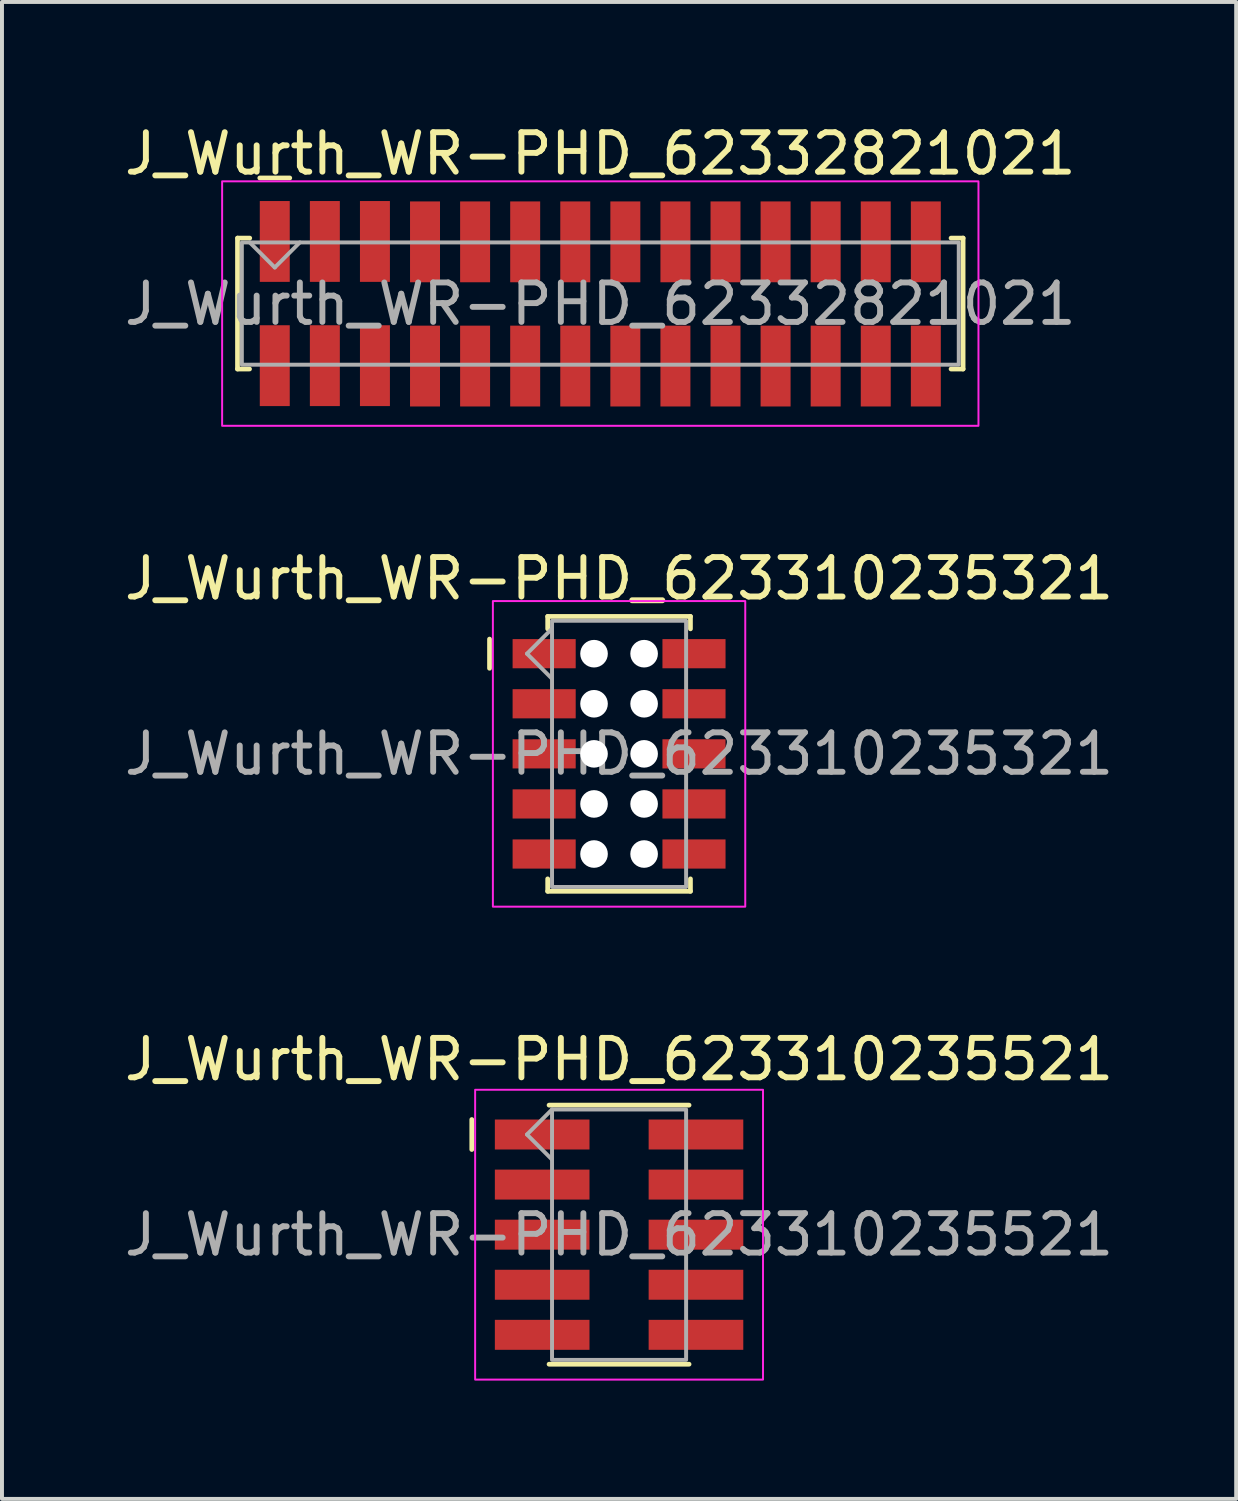
<source format=kicad_pcb>
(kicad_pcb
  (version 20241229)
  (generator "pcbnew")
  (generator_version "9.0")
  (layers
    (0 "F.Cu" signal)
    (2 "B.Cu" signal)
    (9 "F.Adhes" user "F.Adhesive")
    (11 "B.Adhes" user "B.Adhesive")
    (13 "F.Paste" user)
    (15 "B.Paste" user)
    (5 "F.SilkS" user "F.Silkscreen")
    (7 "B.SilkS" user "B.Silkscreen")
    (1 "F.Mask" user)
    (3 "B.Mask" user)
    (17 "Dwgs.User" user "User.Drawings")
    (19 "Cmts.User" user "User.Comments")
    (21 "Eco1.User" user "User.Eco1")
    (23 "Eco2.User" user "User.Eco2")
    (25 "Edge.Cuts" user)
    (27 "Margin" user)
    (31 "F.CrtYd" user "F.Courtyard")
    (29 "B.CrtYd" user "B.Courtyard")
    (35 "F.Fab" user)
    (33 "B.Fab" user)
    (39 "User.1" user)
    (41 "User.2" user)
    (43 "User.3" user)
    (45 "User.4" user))
  (footprint "J_Wurth_WR-PHD_623310235521"
    (layer "F.Cu")
    (at 12.649 28.26)
    (property "Reference" "J_Wurth_WR-PHD_623310235521" (at 0 -4.445 0) (unlocked yes) (layer "F.SilkS") (effects (font (size 1 1) (thickness 0.15))))
    (attr smd)
    (fp_line (start -3.735 -2.92) (end -3.735 -2.16) (stroke (width 0.12) (type solid)) (layer "F.SilkS"))
    (fp_line (start 1.775 -3.285) (end -1.775 -3.285) (stroke (width 0.12) (type solid)) (layer "F.SilkS"))
    (fp_line (start 1.775 3.285) (end -1.775 3.285) (stroke (width 0.12) (type solid)) (layer "F.SilkS"))
    (fp_rect (start -3.65 -3.675) (end 3.65 3.675) (stroke (width 0.05) (type solid)) (fill no) (layer "F.CrtYd"))
    (fp_line (start -2.335 -2.54) (end -1.7 -1.905) (stroke (width 0.1) (type default)) (layer "F.Fab"))
    (fp_line (start -1.7 -3.175) (end -2.335 -2.54) (stroke (width 0.1) (type default)) (layer "F.Fab"))
    (fp_rect (start -1.7 -3.175) (end 1.7 3.175) (stroke (width 0.1) (type solid)) (fill no) (layer "F.Fab"))
    (fp_text user "${REFERENCE}" (at 0 0 0) (unlocked yes) (layer "F.Fab") (effects (font (size 1 1) (thickness 0.15))))
    (pad "1" smd rect (at -1.95 -2.54 270) (size 0.76 2.4) (layers "F.Cu" "F.Mask" "F.Paste"))
    (pad "2" smd rect (at 1.95 -2.54 270) (size 0.76 2.4) (layers "F.Cu" "F.Mask" "F.Paste"))
    (pad "3" smd rect (at -1.95 -1.27 270) (size 0.76 2.4) (layers "F.Cu" "F.Mask" "F.Paste"))
    (pad "4" smd rect (at 1.95 -1.27 270) (size 0.76 2.4) (layers "F.Cu" "F.Mask" "F.Paste"))
    (pad "5" smd rect (at -1.95 0 270) (size 0.76 2.4) (layers "F.Cu" "F.Mask" "F.Paste"))
    (pad "6" smd rect (at 1.95 0 270) (size 0.76 2.4) (layers "F.Cu" "F.Mask" "F.Paste"))
    (pad "7" smd rect (at -1.95 1.27 270) (size 0.76 2.4) (layers "F.Cu" "F.Mask" "F.Paste"))
    (pad "8" smd rect (at 1.95 1.27 270) (size 0.76 2.4) (layers "F.Cu" "F.Mask" "F.Paste"))
    (pad "9" smd rect (at -1.95 2.54 270) (size 0.76 2.4) (layers "F.Cu" "F.Mask" "F.Paste"))
    (pad "10" smd rect (at 1.95 2.54 270) (size 0.76 2.4) (layers "F.Cu" "F.Mask" "F.Paste")))
  (footprint "J_Wurth_WR-PHD_62332821021"
    (layer "F.Cu")
    (at 12.173 4.658)
    (property "Reference" "J_Wurth_WR-PHD_62332821021" (at 0 -3.81 0) (unlocked yes) (layer "F.SilkS") (effects (font (size 1 1) (thickness 0.15))))
    (attr smd)
    (fp_line (start -9.2 1.65) (end -9.2 -1.67) (stroke (width 0.12) (type solid)) (layer "F.SilkS"))
    (fp_line (start -8.895 1.65) (end -9.2 1.65) (stroke (width 0.12) (type solid)) (layer "F.SilkS"))
    (fp_line (start -8.89 -1.67) (end -9.195 -1.67) (stroke (width 0.12) (type solid)) (layer "F.SilkS"))
    (fp_line (start -7.875 -3.195) (end -8.635 -3.195) (stroke (width 0.12) (type solid)) (layer "F.SilkS"))
    (fp_line (start 9.2 -1.67) (end 8.895 -1.67) (stroke (width 0.12) (type solid)) (layer "F.SilkS"))
    (fp_line (start 9.2 -1.67) (end 9.2 1.65) (stroke (width 0.12) (type solid)) (layer "F.SilkS"))
    (fp_line (start 9.2 1.65) (end 8.895 1.65) (stroke (width 0.12) (type solid)) (layer "F.SilkS"))
    (fp_rect (start -9.59 -3.11) (end 9.59 3.09) (stroke (width 0.05) (type solid)) (fill no) (layer "F.CrtYd"))
    (fp_line (start -8.255 -0.925) (end -8.89 -1.56) (stroke (width 0.1) (type default)) (layer "F.Fab"))
    (fp_line (start -7.62 -1.56) (end -8.255 -0.925) (stroke (width 0.1) (type default)) (layer "F.Fab"))
    (fp_rect (start -9.09 -1.56) (end 9.09 1.54) (stroke (width 0.1) (type solid)) (fill no) (layer "F.Fab"))
    (fp_text user "${REFERENCE}" (at 0 0 0) (unlocked yes) (layer "F.Fab") (effects (font (size 1 1) (thickness 0.15))))
    (pad "1" smd rect (at -8.255 -1.585 180) (size 0.76 2.05) (layers "F.Cu" "F.Mask" "F.Paste"))
    (pad "2" smd rect (at -8.255 1.565 180) (size 0.76 2.05) (layers "F.Cu" "F.Mask" "F.Paste"))
    (pad "3" smd rect (at -6.985 -1.585 180) (size 0.76 2.05) (layers "F.Cu" "F.Mask" "F.Paste"))
    (pad "4" smd rect (at -6.985 1.565 180) (size 0.76 2.05) (layers "F.Cu" "F.Mask" "F.Paste"))
    (pad "5" smd rect (at -5.715 -1.585 180) (size 0.76 2.05) (layers "F.Cu" "F.Mask" "F.Paste"))
    (pad "6" smd rect (at -5.715 1.565 180) (size 0.76 2.05) (layers "F.Cu" "F.Mask" "F.Paste"))
    (pad "7" smd rect (at -4.445 -1.575 180) (size 0.76 2.05) (layers "F.Cu" "F.Mask" "F.Paste"))
    (pad "8" smd rect (at -4.445 1.575 180) (size 0.76 2.05) (layers "F.Cu" "F.Mask" "F.Paste"))
    (pad "9" smd rect (at -3.175 -1.575 180) (size 0.76 2.05) (layers "F.Cu" "F.Mask" "F.Paste"))
    (pad "10" smd rect (at -3.175 1.575 180) (size 0.76 2.05) (layers "F.Cu" "F.Mask" "F.Paste"))
    (pad "11" smd rect (at -1.905 -1.575 180) (size 0.76 2.05) (layers "F.Cu" "F.Mask" "F.Paste"))
    (pad "12" smd rect (at -1.905 1.575 180) (size 0.76 2.05) (layers "F.Cu" "F.Mask" "F.Paste"))
    (pad "13" smd rect (at -0.635 -1.575 180) (size 0.76 2.05) (layers "F.Cu" "F.Mask" "F.Paste"))
    (pad "14" smd rect (at -0.635 1.575 180) (size 0.76 2.05) (layers "F.Cu" "F.Mask" "F.Paste"))
    (pad "15" smd rect (at 0.635 -1.575 180) (size 0.76 2.05) (layers "F.Cu" "F.Mask" "F.Paste"))
    (pad "16" smd rect (at 0.635 1.575 180) (size 0.76 2.05) (layers "F.Cu" "F.Mask" "F.Paste"))
    (pad "17" smd rect (at 1.905 -1.575 180) (size 0.76 2.05) (layers "F.Cu" "F.Mask" "F.Paste"))
    (pad "18" smd rect (at 1.905 1.575 180) (size 0.76 2.05) (layers "F.Cu" "F.Mask" "F.Paste"))
    (pad "19" smd rect (at 3.175 -1.575 180) (size 0.76 2.05) (layers "F.Cu" "F.Mask" "F.Paste"))
    (pad "20" smd rect (at 3.175 1.575 180) (size 0.76 2.05) (layers "F.Cu" "F.Mask" "F.Paste"))
    (pad "21" smd rect (at 4.445 -1.575 180) (size 0.76 2.05) (layers "F.Cu" "F.Mask" "F.Paste"))
    (pad "22" smd rect (at 4.445 1.575 180) (size 0.76 2.05) (layers "F.Cu" "F.Mask" "F.Paste"))
    (pad "23" smd rect (at 5.715 -1.575 180) (size 0.76 2.05) (layers "F.Cu" "F.Mask" "F.Paste"))
    (pad "24" smd rect (at 5.715 1.575 180) (size 0.76 2.05) (layers "F.Cu" "F.Mask" "F.Paste"))
    (pad "25" smd rect (at 6.985 -1.575 180) (size 0.76 2.05) (layers "F.Cu" "F.Mask" "F.Paste"))
    (pad "26" smd rect (at 6.985 1.575 180) (size 0.76 2.05) (layers "F.Cu" "F.Mask" "F.Paste"))
    (pad "27" smd rect (at 8.255 -1.575 180) (size 0.76 2.05) (layers "F.Cu" "F.Mask" "F.Paste"))
    (pad "28" smd rect (at 8.255 1.575 180) (size 0.76 2.05) (layers "F.Cu" "F.Mask" "F.Paste")))
  (footprint "J_Wurth_WR-PHD_623310235321"
    (layer "F.Cu")
    (at 12.649 16.067)
    (property "Reference" "J_Wurth_WR-PHD_623310235321" (at 0 -4.445 0) (unlocked yes) (layer "F.SilkS") (effects (font (size 1 1) (thickness 0.15))))
    (attr smd)
    (fp_line (start -3.285 -2.91) (end -3.285 -2.17) (stroke (width 0.12) (type solid)) (layer "F.SilkS"))
    (fp_line (start -1.81 -3.485) (end -1.81 -3.17) (stroke (width 0.12) (type solid)) (layer "F.SilkS"))
    (fp_line (start -1.81 3.485) (end -1.81 3.17) (stroke (width 0.12) (type solid)) (layer "F.SilkS"))
    (fp_line (start 1.81 -3.485) (end -1.81 -3.485) (stroke (width 0.12) (type solid)) (layer "F.SilkS"))
    (fp_line (start 1.81 -3.485) (end 1.81 -3.17) (stroke (width 0.12) (type solid)) (layer "F.SilkS"))
    (fp_line (start 1.81 3.17) (end 1.81 3.485) (stroke (width 0.12) (type solid)) (layer "F.SilkS"))
    (fp_line (start 1.81 3.485) (end -1.81 3.485) (stroke (width 0.12) (type solid)) (layer "F.SilkS"))
    (fp_rect (start -3.2 -3.875) (end 3.2 3.875) (stroke (width 0.05) (type solid)) (fill no) (layer "F.CrtYd"))
    (fp_line (start -2.335 -2.54) (end -1.7 -1.905) (stroke (width 0.1) (type default)) (layer "F.Fab"))
    (fp_line (start -1.7 -3.175) (end -2.335 -2.54) (stroke (width 0.1) (type default)) (layer "F.Fab"))
    (fp_rect (start -1.7 -3.375) (end 1.7 3.375) (stroke (width 0.1) (type solid)) (fill no) (layer "F.Fab"))
    (fp_text user "${REFERENCE}" (at 0 0 0) (unlocked yes) (layer "F.Fab") (effects (font (size 1 1) (thickness 0.15))))
    (pad "" np_thru_hole circle (at -0.635 -2.54 270) (size 0.7 0.7) (drill 0.7) (layers "*.Cu" "*.Mask"))
    (pad "" np_thru_hole circle (at -0.635 -1.27 270) (size 0.7 0.7) (drill 0.7) (layers "*.Cu" "*.Mask"))
    (pad "" np_thru_hole circle (at -0.635 0 270) (size 0.7 0.7) (drill 0.7) (layers "*.Cu" "*.Mask"))
    (pad "" np_thru_hole circle (at -0.635 1.27 270) (size 0.7 0.7) (drill 0.7) (layers "*.Cu" "*.Mask"))
    (pad "" np_thru_hole circle (at -0.635 2.54 270) (size 0.7 0.7) (drill 0.7) (layers "*.Cu" "*.Mask"))
    (pad "" np_thru_hole circle (at 0.635 -2.54 270) (size 0.7 0.7) (drill 0.7) (layers "*.Cu" "*.Mask"))
    (pad "" np_thru_hole circle (at 0.635 -1.27 270) (size 0.7 0.7) (drill 0.7) (layers "*.Cu" "*.Mask"))
    (pad "" np_thru_hole circle (at 0.635 0 270) (size 0.7 0.7) (drill 0.7) (layers "*.Cu" "*.Mask"))
    (pad "" np_thru_hole circle (at 0.635 1.27 270) (size 0.7 0.7) (drill 0.7) (layers "*.Cu" "*.Mask"))
    (pad "" np_thru_hole circle (at 0.635 2.54 270) (size 0.7 0.7) (drill 0.7) (layers "*.Cu" "*.Mask"))
    (pad "1" smd rect (at -1.9 -2.54 270) (size 0.74 1.6) (layers "F.Cu" "F.Mask" "F.Paste"))
    (pad "2" smd rect (at 1.9 -2.54 270) (size 0.74 1.6) (layers "F.Cu" "F.Mask" "F.Paste"))
    (pad "3" smd rect (at -1.9 -1.27 270) (size 0.74 1.6) (layers "F.Cu" "F.Mask" "F.Paste"))
    (pad "4" smd rect (at 1.9 -1.27 270) (size 0.74 1.6) (layers "F.Cu" "F.Mask" "F.Paste"))
    (pad "5" smd rect (at -1.9 0 270) (size 0.74 1.6) (layers "F.Cu" "F.Mask" "F.Paste"))
    (pad "6" smd rect (at 1.9 0 270) (size 0.74 1.6) (layers "F.Cu" "F.Mask" "F.Paste"))
    (pad "7" smd rect (at -1.9 1.27 270) (size 0.74 1.6) (layers "F.Cu" "F.Mask" "F.Paste"))
    (pad "8" smd rect (at 1.9 1.27 270) (size 0.74 1.6) (layers "F.Cu" "F.Mask" "F.Paste"))
    (pad "9" smd rect (at -1.9 2.54 270) (size 0.74 1.6) (layers "F.Cu" "F.Mask" "F.Paste"))
    (pad "10" smd rect (at 1.9 2.54 270) (size 0.74 1.6) (layers "F.Cu" "F.Mask" "F.Paste")))
  (gr_rect
    (start -3 -3)
    (end 28.298 34.96)
    (stroke (width 0.1) (type default))
    (fill no)
    (layer "Edge.Cuts")))
</source>
